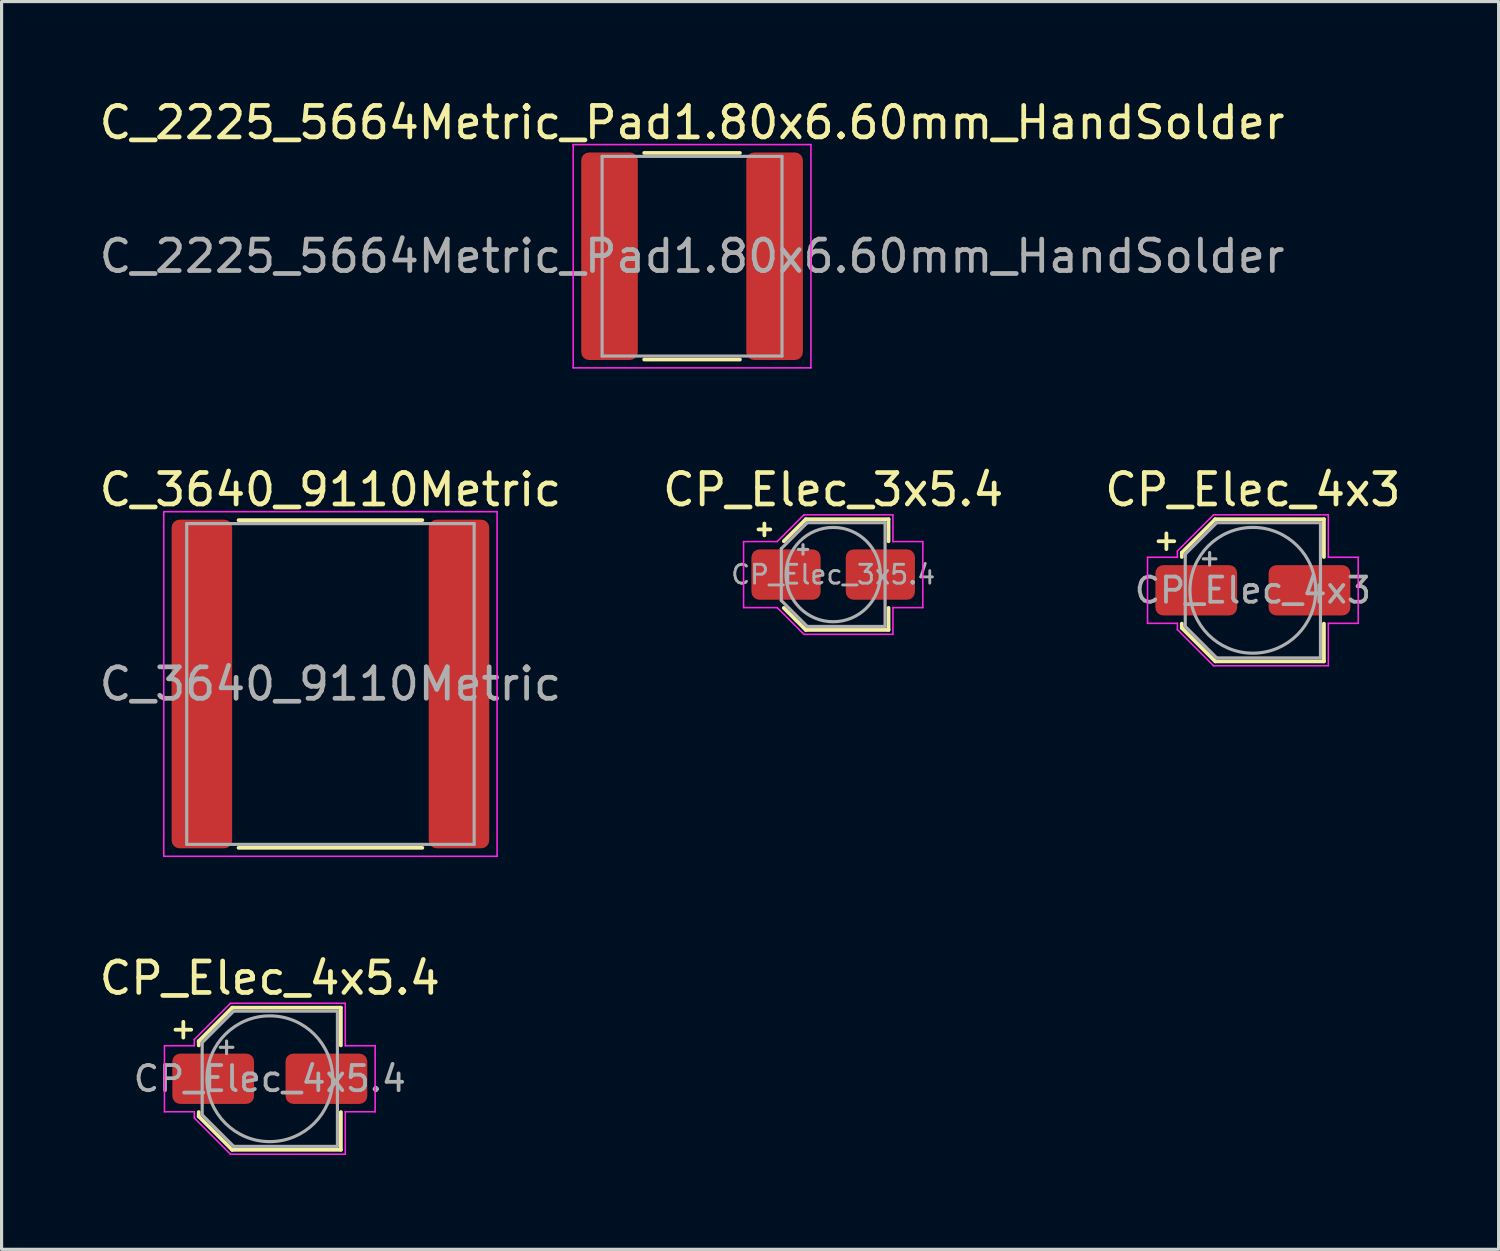
<source format=kicad_pcb>
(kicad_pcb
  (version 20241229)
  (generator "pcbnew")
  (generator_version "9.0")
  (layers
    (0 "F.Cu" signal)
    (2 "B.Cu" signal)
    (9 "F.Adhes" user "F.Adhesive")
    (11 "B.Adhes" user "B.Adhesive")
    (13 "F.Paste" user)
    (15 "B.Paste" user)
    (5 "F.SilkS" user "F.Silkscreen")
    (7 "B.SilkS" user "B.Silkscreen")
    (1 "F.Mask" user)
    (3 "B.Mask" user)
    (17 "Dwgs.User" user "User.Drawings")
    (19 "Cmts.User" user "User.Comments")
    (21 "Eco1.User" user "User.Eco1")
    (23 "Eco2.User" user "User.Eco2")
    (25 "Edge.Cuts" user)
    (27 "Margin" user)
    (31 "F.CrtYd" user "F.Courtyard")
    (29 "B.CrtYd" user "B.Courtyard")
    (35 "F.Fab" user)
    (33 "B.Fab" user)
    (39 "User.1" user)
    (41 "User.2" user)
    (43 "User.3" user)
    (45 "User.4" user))
  (footprint "CP_Elec_4x3"
    (layer "F.Cu")
    (at 36.792 15.722)
    (property "Reference" "CP_Elec_4x3" (at 0 -3.2 0) (layer "F.SilkS") (effects (font (size 1 1) (thickness 0.15))))
    (attr smd)
    (fp_line (start -3 -1.56) (end -2.5 -1.56) (stroke (width 0.12) (type solid)) (layer "F.SilkS"))
    (fp_line (start -2.75 -1.81) (end -2.75 -1.31) (stroke (width 0.12) (type solid)) (layer "F.SilkS"))
    (fp_line (start -2.26 -1.196) (end -2.26 -1.06) (stroke (width 0.12) (type solid)) (layer "F.SilkS"))
    (fp_line (start -2.26 -1.196) (end -1.196 -2.26) (stroke (width 0.12) (type solid)) (layer "F.SilkS"))
    (fp_line (start -2.26 1.196) (end -2.26 1.06) (stroke (width 0.12) (type solid)) (layer "F.SilkS"))
    (fp_line (start -2.26 1.196) (end -1.196 2.26) (stroke (width 0.12) (type solid)) (layer "F.SilkS"))
    (fp_line (start -1.196 -2.26) (end 2.26 -2.26) (stroke (width 0.12) (type solid)) (layer "F.SilkS"))
    (fp_line (start -1.196 2.26) (end 2.26 2.26) (stroke (width 0.12) (type solid)) (layer "F.SilkS"))
    (fp_line (start 2.26 -2.26) (end 2.26 -1.06) (stroke (width 0.12) (type solid)) (layer "F.SilkS"))
    (fp_line (start 2.26 2.26) (end 2.26 1.06) (stroke (width 0.12) (type solid)) (layer "F.SilkS"))
    (fp_line (start -3.35 -1.05) (end -3.35 1.05) (stroke (width 0.05) (type solid)) (layer "F.CrtYd"))
    (fp_line (start -3.35 1.05) (end -2.4 1.05) (stroke (width 0.05) (type solid)) (layer "F.CrtYd"))
    (fp_line (start -2.4 -1.25) (end -2.4 -1.05) (stroke (width 0.05) (type solid)) (layer "F.CrtYd"))
    (fp_line (start -2.4 -1.25) (end -1.25 -2.4) (stroke (width 0.05) (type solid)) (layer "F.CrtYd"))
    (fp_line (start -2.4 -1.05) (end -3.35 -1.05) (stroke (width 0.05) (type solid)) (layer "F.CrtYd"))
    (fp_line (start -2.4 1.05) (end -2.4 1.25) (stroke (width 0.05) (type solid)) (layer "F.CrtYd"))
    (fp_line (start -2.4 1.25) (end -1.25 2.4) (stroke (width 0.05) (type solid)) (layer "F.CrtYd"))
    (fp_line (start -1.25 -2.4) (end 2.4 -2.4) (stroke (width 0.05) (type solid)) (layer "F.CrtYd"))
    (fp_line (start -1.25 2.4) (end 2.4 2.4) (stroke (width 0.05) (type solid)) (layer "F.CrtYd"))
    (fp_line (start 2.4 -2.4) (end 2.4 -1.05) (stroke (width 0.05) (type solid)) (layer "F.CrtYd"))
    (fp_line (start 2.4 -1.05) (end 3.35 -1.05) (stroke (width 0.05) (type solid)) (layer "F.CrtYd"))
    (fp_line (start 2.4 1.05) (end 2.4 2.4) (stroke (width 0.05) (type solid)) (layer "F.CrtYd"))
    (fp_line (start 3.35 -1.05) (end 3.35 1.05) (stroke (width 0.05) (type solid)) (layer "F.CrtYd"))
    (fp_line (start 3.35 1.05) (end 2.4 1.05) (stroke (width 0.05) (type solid)) (layer "F.CrtYd"))
    (fp_line (start -2.15 -1.15) (end -2.15 1.15) (stroke (width 0.1) (type solid)) (layer "F.Fab"))
    (fp_line (start -2.15 -1.15) (end -1.15 -2.15) (stroke (width 0.1) (type solid)) (layer "F.Fab"))
    (fp_line (start -2.15 1.15) (end -1.15 2.15) (stroke (width 0.1) (type solid)) (layer "F.Fab"))
    (fp_line (start -1.575 -1) (end -1.175 -1) (stroke (width 0.1) (type solid)) (layer "F.Fab"))
    (fp_line (start -1.375 -1.2) (end -1.375 -0.8) (stroke (width 0.1) (type solid)) (layer "F.Fab"))
    (fp_line (start -1.15 -2.15) (end 2.15 -2.15) (stroke (width 0.1) (type solid)) (layer "F.Fab"))
    (fp_line (start -1.15 2.15) (end 2.15 2.15) (stroke (width 0.1) (type solid)) (layer "F.Fab"))
    (fp_line (start 2.15 -2.15) (end 2.15 2.15) (stroke (width 0.1) (type solid)) (layer "F.Fab"))
    (fp_circle (center 0 0) (end 2 0) (stroke (width 0.1) (type solid)) (fill no) (layer "F.Fab"))
    (fp_text user "${REFERENCE}" (at 0 0 0) (layer "F.Fab") (effects (font (size 0.8 0.8) (thickness 0.12))))
    (pad "1" smd roundrect (at -1.8 0) (size 2.6 1.6) (layers "F.Cu" "F.Mask" "F.Paste") (roundrect_rratio 0.156))
    (pad "2" smd roundrect (at 1.8 0) (size 2.6 1.6) (layers "F.Cu" "F.Mask" "F.Paste") (roundrect_rratio 0.156)))
  (footprint "C_2225_5664Metric_Pad1.80x6.60mm_HandSolder"
    (layer "F.Cu")
    (at 18.958 5.098)
    (property "Reference" "C_2225_5664Metric_Pad1.80x6.60mm_HandSolder" (at 0 -4.25 0) (layer "F.SilkS") (effects (font (size 1 1) (thickness 0.15))))
    (attr smd)
    (fp_line (start -1.522 -3.285) (end 1.522 -3.285) (stroke (width 0.12) (type solid)) (layer "F.SilkS"))
    (fp_line (start -1.522 3.285) (end 1.522 3.285) (stroke (width 0.12) (type solid)) (layer "F.SilkS"))
    (fp_line (start -3.78 -3.55) (end 3.78 -3.55) (stroke (width 0.05) (type solid)) (layer "F.CrtYd"))
    (fp_line (start -3.78 3.55) (end -3.78 -3.55) (stroke (width 0.05) (type solid)) (layer "F.CrtYd"))
    (fp_line (start 3.78 -3.55) (end 3.78 3.55) (stroke (width 0.05) (type solid)) (layer "F.CrtYd"))
    (fp_line (start 3.78 3.55) (end -3.78 3.55) (stroke (width 0.05) (type solid)) (layer "F.CrtYd"))
    (fp_line (start -2.86 -3.175) (end 2.86 -3.175) (stroke (width 0.1) (type solid)) (layer "F.Fab"))
    (fp_line (start -2.86 3.175) (end -2.86 -3.175) (stroke (width 0.1) (type solid)) (layer "F.Fab"))
    (fp_line (start 2.86 -3.175) (end 2.86 3.175) (stroke (width 0.1) (type solid)) (layer "F.Fab"))
    (fp_line (start 2.86 3.175) (end -2.86 3.175) (stroke (width 0.1) (type solid)) (layer "F.Fab"))
    (fp_text user "${REFERENCE}" (at 0 0 0) (layer "F.Fab") (effects (font (size 1 1) (thickness 0.15))))
    (pad "1" smd roundrect (at -2.625 0) (size 1.8 6.6) (layers "F.Cu" "F.Mask" "F.Paste") (roundrect_rratio 0.139))
    (pad "2" smd roundrect (at 2.625 0) (size 1.8 6.6) (layers "F.Cu" "F.Mask" "F.Paste") (roundrect_rratio 0.139)))
  (footprint "CP_Elec_3x5.4"
    (layer "F.Cu")
    (at 23.446 15.222)
    (property "Reference" "CP_Elec_3x5.4" (at 0 -2.7 0) (layer "F.SilkS") (effects (font (size 1 1) (thickness 0.15))))
    (attr smd)
    (fp_line (start -2.375 -1.435) (end -2 -1.435) (stroke (width 0.12) (type solid)) (layer "F.SilkS"))
    (fp_line (start -2.188 -1.623) (end -2.188 -1.248) (stroke (width 0.12) (type solid)) (layer "F.SilkS"))
    (fp_line (start -1.571 -1.06) (end -0.871 -1.76) (stroke (width 0.12) (type solid)) (layer "F.SilkS"))
    (fp_line (start -1.571 1.06) (end -0.871 1.76) (stroke (width 0.12) (type solid)) (layer "F.SilkS"))
    (fp_line (start -0.871 -1.76) (end 1.76 -1.76) (stroke (width 0.12) (type solid)) (layer "F.SilkS"))
    (fp_line (start -0.871 1.76) (end 1.76 1.76) (stroke (width 0.12) (type solid)) (layer "F.SilkS"))
    (fp_line (start 1.76 -1.76) (end 1.76 -1.06) (stroke (width 0.12) (type solid)) (layer "F.SilkS"))
    (fp_line (start 1.76 1.76) (end 1.76 1.06) (stroke (width 0.12) (type solid)) (layer "F.SilkS"))
    (fp_line (start -2.85 -1.05) (end -2.85 1.05) (stroke (width 0.05) (type solid)) (layer "F.CrtYd"))
    (fp_line (start -2.85 1.05) (end -1.78 1.05) (stroke (width 0.05) (type solid)) (layer "F.CrtYd"))
    (fp_line (start -1.78 -1.05) (end -2.85 -1.05) (stroke (width 0.05) (type solid)) (layer "F.CrtYd"))
    (fp_line (start -1.78 -1.05) (end -0.93 -1.9) (stroke (width 0.05) (type solid)) (layer "F.CrtYd"))
    (fp_line (start -1.78 1.05) (end -0.93 1.9) (stroke (width 0.05) (type solid)) (layer "F.CrtYd"))
    (fp_line (start -0.93 -1.9) (end 1.9 -1.9) (stroke (width 0.05) (type solid)) (layer "F.CrtYd"))
    (fp_line (start -0.93 1.9) (end 1.9 1.9) (stroke (width 0.05) (type solid)) (layer "F.CrtYd"))
    (fp_line (start 1.9 -1.9) (end 1.9 -1.05) (stroke (width 0.05) (type solid)) (layer "F.CrtYd"))
    (fp_line (start 1.9 -1.05) (end 2.85 -1.05) (stroke (width 0.05) (type solid)) (layer "F.CrtYd"))
    (fp_line (start 1.9 1.05) (end 1.9 1.9) (stroke (width 0.05) (type solid)) (layer "F.CrtYd"))
    (fp_line (start 2.85 -1.05) (end 2.85 1.05) (stroke (width 0.05) (type solid)) (layer "F.CrtYd"))
    (fp_line (start 2.85 1.05) (end 1.9 1.05) (stroke (width 0.05) (type solid)) (layer "F.CrtYd"))
    (fp_line (start -1.65 -0.825) (end -1.65 0.825) (stroke (width 0.1) (type solid)) (layer "F.Fab"))
    (fp_line (start -1.65 -0.825) (end -0.825 -1.65) (stroke (width 0.1) (type solid)) (layer "F.Fab"))
    (fp_line (start -1.65 0.825) (end -0.825 1.65) (stroke (width 0.1) (type solid)) (layer "F.Fab"))
    (fp_line (start -1.11 -0.8) (end -0.81 -0.8) (stroke (width 0.1) (type solid)) (layer "F.Fab"))
    (fp_line (start -0.96 -0.95) (end -0.96 -0.65) (stroke (width 0.1) (type solid)) (layer "F.Fab"))
    (fp_line (start -0.825 -1.65) (end 1.65 -1.65) (stroke (width 0.1) (type solid)) (layer "F.Fab"))
    (fp_line (start -0.825 1.65) (end 1.65 1.65) (stroke (width 0.1) (type solid)) (layer "F.Fab"))
    (fp_line (start 1.65 -1.65) (end 1.65 1.65) (stroke (width 0.1) (type solid)) (layer "F.Fab"))
    (fp_circle (center 0 0) (end 1.5 0) (stroke (width 0.1) (type solid)) (fill no) (layer "F.Fab"))
    (fp_text user "${REFERENCE}" (at 0 0 0) (layer "F.Fab") (effects (font (size 0.6 0.6) (thickness 0.09))))
    (pad "1" smd roundrect (at -1.5 0) (size 2.2 1.6) (layers "F.Cu" "F.Mask" "F.Paste") (roundrect_rratio 0.156))
    (pad "2" smd roundrect (at 1.5 0) (size 2.2 1.6) (layers "F.Cu" "F.Mask" "F.Paste") (roundrect_rratio 0.156)))
  (footprint "C_3640_9110Metric"
    (layer "F.Cu")
    (at 7.458 18.701)
    (property "Reference" "C_3640_9110Metric" (at 0 -6.18 0) (layer "F.SilkS") (effects (font (size 1 1) (thickness 0.15))))
    (attr smd)
    (fp_line (start -2.922 -5.21) (end 2.922 -5.21) (stroke (width 0.12) (type solid)) (layer "F.SilkS"))
    (fp_line (start -2.922 5.21) (end 2.922 5.21) (stroke (width 0.12) (type solid)) (layer "F.SilkS"))
    (fp_line (start -5.3 -5.48) (end 5.3 -5.48) (stroke (width 0.05) (type solid)) (layer "F.CrtYd"))
    (fp_line (start -5.3 5.48) (end -5.3 -5.48) (stroke (width 0.05) (type solid)) (layer "F.CrtYd"))
    (fp_line (start 5.3 -5.48) (end 5.3 5.48) (stroke (width 0.05) (type solid)) (layer "F.CrtYd"))
    (fp_line (start 5.3 5.48) (end -5.3 5.48) (stroke (width 0.05) (type solid)) (layer "F.CrtYd"))
    (fp_line (start -4.57 -5.1) (end 4.57 -5.1) (stroke (width 0.1) (type solid)) (layer "F.Fab"))
    (fp_line (start -4.57 5.1) (end -4.57 -5.1) (stroke (width 0.1) (type solid)) (layer "F.Fab"))
    (fp_line (start 4.57 -5.1) (end 4.57 5.1) (stroke (width 0.1) (type solid)) (layer "F.Fab"))
    (fp_line (start 4.57 5.1) (end -4.57 5.1) (stroke (width 0.1) (type solid)) (layer "F.Fab"))
    (fp_text user "${REFERENCE}" (at 0 0 0) (layer "F.Fab") (effects (font (size 1 1) (thickness 0.15))))
    (pad "1" smd roundrect (at -4.088 0) (size 1.925 10.45) (layers "F.Cu" "F.Mask" "F.Paste") (roundrect_rratio 0.13))
    (pad "2" smd roundrect (at 4.088 0) (size 1.925 10.45) (layers "F.Cu" "F.Mask" "F.Paste") (roundrect_rratio 0.13)))
  (footprint "CP_Elec_4x5.4"
    (layer "F.Cu")
    (at 5.53 31.255)
    (property "Reference" "CP_Elec_4x5.4" (at 0 -3.2 0) (layer "F.SilkS") (effects (font (size 1 1) (thickness 0.15))))
    (attr smd)
    (fp_line (start -3 -1.56) (end -2.5 -1.56) (stroke (width 0.12) (type solid)) (layer "F.SilkS"))
    (fp_line (start -2.75 -1.81) (end -2.75 -1.31) (stroke (width 0.12) (type solid)) (layer "F.SilkS"))
    (fp_line (start -2.26 -1.196) (end -2.26 -1.06) (stroke (width 0.12) (type solid)) (layer "F.SilkS"))
    (fp_line (start -2.26 -1.196) (end -1.196 -2.26) (stroke (width 0.12) (type solid)) (layer "F.SilkS"))
    (fp_line (start -2.26 1.196) (end -2.26 1.06) (stroke (width 0.12) (type solid)) (layer "F.SilkS"))
    (fp_line (start -2.26 1.196) (end -1.196 2.26) (stroke (width 0.12) (type solid)) (layer "F.SilkS"))
    (fp_line (start -1.196 -2.26) (end 2.26 -2.26) (stroke (width 0.12) (type solid)) (layer "F.SilkS"))
    (fp_line (start -1.196 2.26) (end 2.26 2.26) (stroke (width 0.12) (type solid)) (layer "F.SilkS"))
    (fp_line (start 2.26 -2.26) (end 2.26 -1.06) (stroke (width 0.12) (type solid)) (layer "F.SilkS"))
    (fp_line (start 2.26 2.26) (end 2.26 1.06) (stroke (width 0.12) (type solid)) (layer "F.SilkS"))
    (fp_line (start -3.35 -1.05) (end -3.35 1.05) (stroke (width 0.05) (type solid)) (layer "F.CrtYd"))
    (fp_line (start -3.35 1.05) (end -2.4 1.05) (stroke (width 0.05) (type solid)) (layer "F.CrtYd"))
    (fp_line (start -2.4 -1.25) (end -2.4 -1.05) (stroke (width 0.05) (type solid)) (layer "F.CrtYd"))
    (fp_line (start -2.4 -1.25) (end -1.25 -2.4) (stroke (width 0.05) (type solid)) (layer "F.CrtYd"))
    (fp_line (start -2.4 -1.05) (end -3.35 -1.05) (stroke (width 0.05) (type solid)) (layer "F.CrtYd"))
    (fp_line (start -2.4 1.05) (end -2.4 1.25) (stroke (width 0.05) (type solid)) (layer "F.CrtYd"))
    (fp_line (start -2.4 1.25) (end -1.25 2.4) (stroke (width 0.05) (type solid)) (layer "F.CrtYd"))
    (fp_line (start -1.25 -2.4) (end 2.4 -2.4) (stroke (width 0.05) (type solid)) (layer "F.CrtYd"))
    (fp_line (start -1.25 2.4) (end 2.4 2.4) (stroke (width 0.05) (type solid)) (layer "F.CrtYd"))
    (fp_line (start 2.4 -2.4) (end 2.4 -1.05) (stroke (width 0.05) (type solid)) (layer "F.CrtYd"))
    (fp_line (start 2.4 -1.05) (end 3.35 -1.05) (stroke (width 0.05) (type solid)) (layer "F.CrtYd"))
    (fp_line (start 2.4 1.05) (end 2.4 2.4) (stroke (width 0.05) (type solid)) (layer "F.CrtYd"))
    (fp_line (start 3.35 -1.05) (end 3.35 1.05) (stroke (width 0.05) (type solid)) (layer "F.CrtYd"))
    (fp_line (start 3.35 1.05) (end 2.4 1.05) (stroke (width 0.05) (type solid)) (layer "F.CrtYd"))
    (fp_line (start -2.15 -1.15) (end -2.15 1.15) (stroke (width 0.1) (type solid)) (layer "F.Fab"))
    (fp_line (start -2.15 -1.15) (end -1.15 -2.15) (stroke (width 0.1) (type solid)) (layer "F.Fab"))
    (fp_line (start -2.15 1.15) (end -1.15 2.15) (stroke (width 0.1) (type solid)) (layer "F.Fab"))
    (fp_line (start -1.575 -1) (end -1.175 -1) (stroke (width 0.1) (type solid)) (layer "F.Fab"))
    (fp_line (start -1.375 -1.2) (end -1.375 -0.8) (stroke (width 0.1) (type solid)) (layer "F.Fab"))
    (fp_line (start -1.15 -2.15) (end 2.15 -2.15) (stroke (width 0.1) (type solid)) (layer "F.Fab"))
    (fp_line (start -1.15 2.15) (end 2.15 2.15) (stroke (width 0.1) (type solid)) (layer "F.Fab"))
    (fp_line (start 2.15 -2.15) (end 2.15 2.15) (stroke (width 0.1) (type solid)) (layer "F.Fab"))
    (fp_circle (center 0 0) (end 2 0) (stroke (width 0.1) (type solid)) (fill no) (layer "F.Fab"))
    (fp_text user "${REFERENCE}" (at 0 0 0) (layer "F.Fab") (effects (font (size 0.8 0.8) (thickness 0.12))))
    (pad "1" smd roundrect (at -1.8 0) (size 2.6 1.6) (layers "F.Cu" "F.Mask" "F.Paste") (roundrect_rratio 0.156))
    (pad "2" smd roundrect (at 1.8 0) (size 2.6 1.6) (layers "F.Cu" "F.Mask" "F.Paste") (roundrect_rratio 0.156)))
  (gr_rect
    (start -3 -3)
    (end 44.607 36.68)
    (stroke (width 0.1) (type default))
    (fill no)
    (layer "Edge.Cuts")))
</source>
